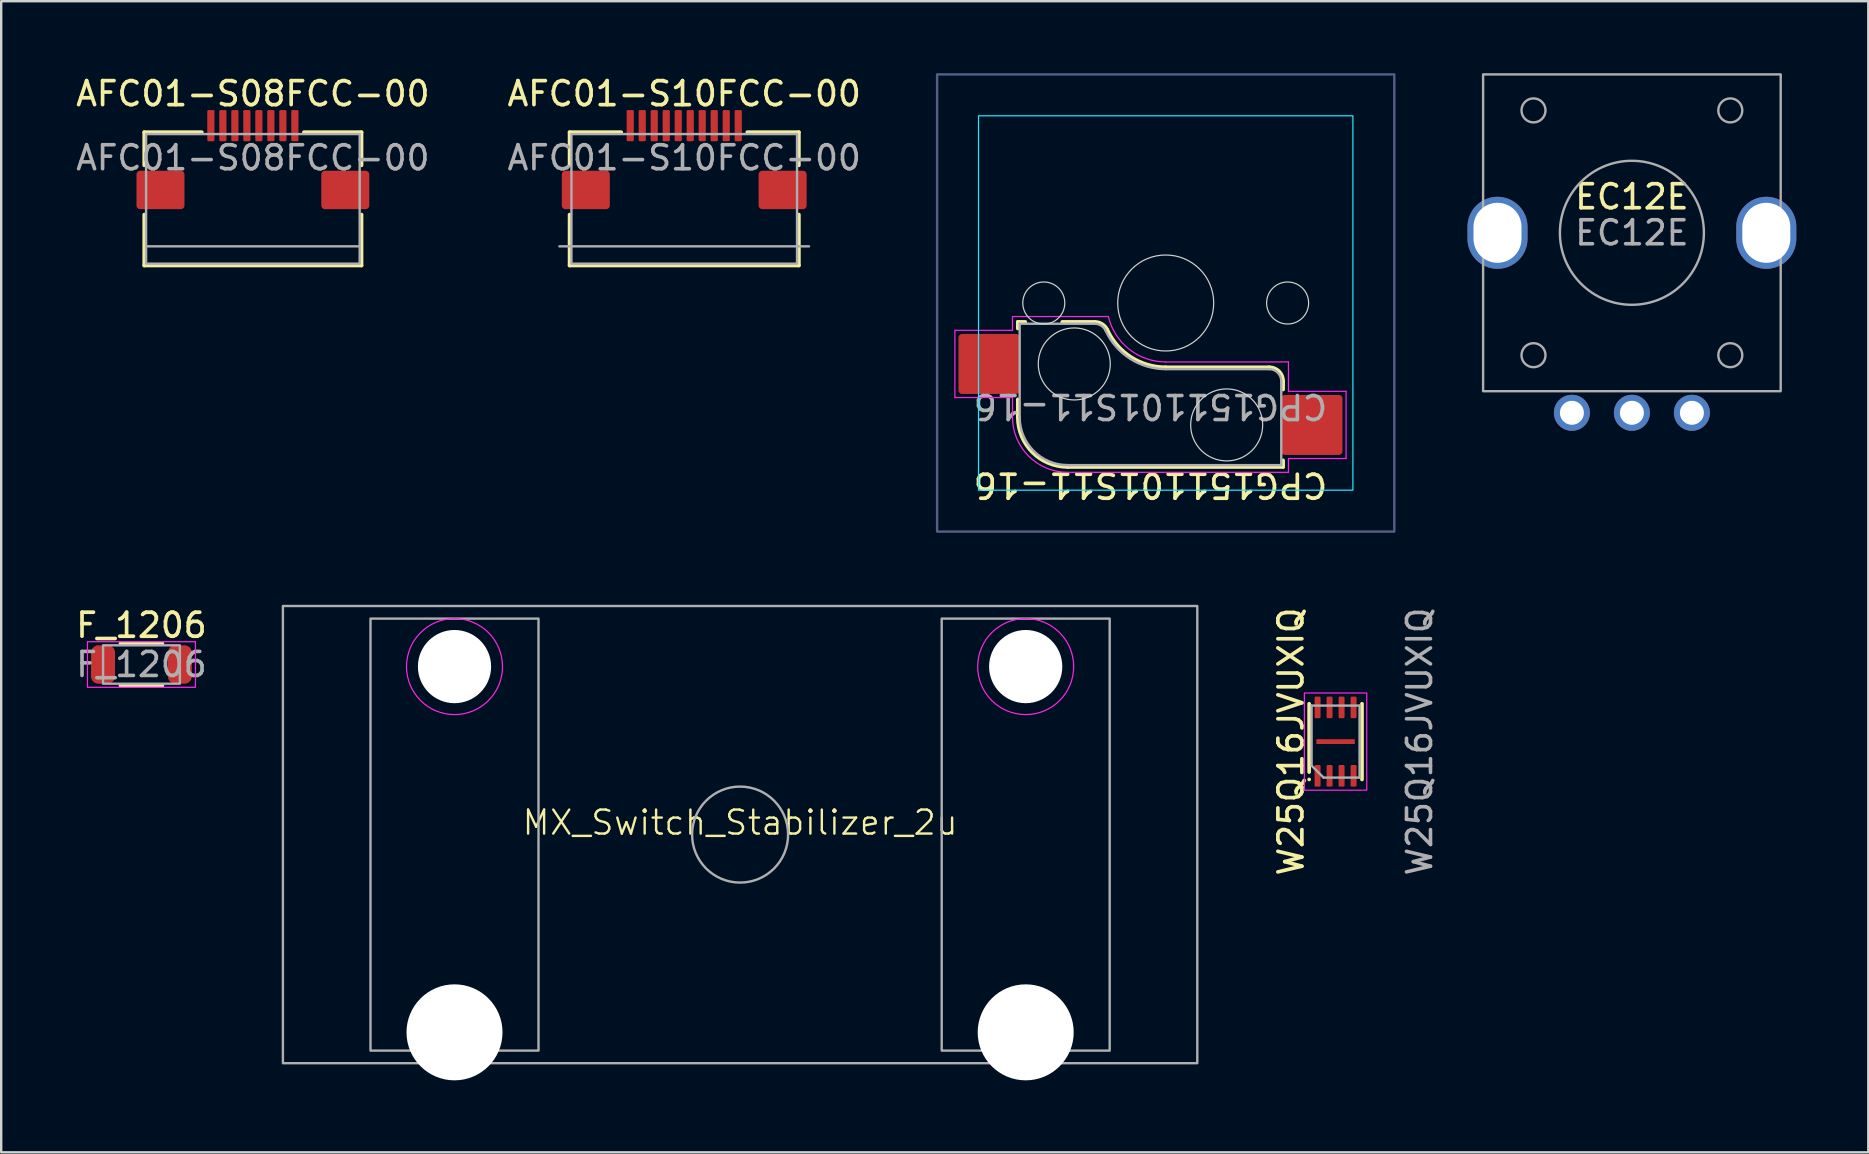
<source format=kicad_pcb>
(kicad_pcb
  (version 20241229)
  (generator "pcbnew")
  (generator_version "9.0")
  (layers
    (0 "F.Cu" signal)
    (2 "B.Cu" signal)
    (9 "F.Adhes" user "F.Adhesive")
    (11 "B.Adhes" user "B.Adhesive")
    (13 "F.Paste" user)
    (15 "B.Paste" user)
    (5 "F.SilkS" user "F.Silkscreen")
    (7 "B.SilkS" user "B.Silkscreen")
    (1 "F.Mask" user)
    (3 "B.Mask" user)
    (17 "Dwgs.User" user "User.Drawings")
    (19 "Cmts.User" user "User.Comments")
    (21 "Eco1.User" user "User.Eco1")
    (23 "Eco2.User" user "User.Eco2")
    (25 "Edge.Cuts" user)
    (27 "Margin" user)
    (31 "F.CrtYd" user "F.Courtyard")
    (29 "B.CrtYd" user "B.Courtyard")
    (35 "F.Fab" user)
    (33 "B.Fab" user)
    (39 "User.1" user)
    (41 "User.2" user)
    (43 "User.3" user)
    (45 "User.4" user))
  (footprint "AFC01-S08FCC-00"
    (layer "F.Cu")
    (at 7.487 3.525)
    (property "Reference" "AFC01-S08FCC-00" (at 0 -2.671 0) (unlocked yes) (layer "F.SilkS") (effects (font (size 1 1) (thickness 0.153))))
    (attr smd)
    (fp_line (start -4.527 0.314) (end -4.527 -1.067) (stroke (width 0.153) (type solid)) (layer "F.SilkS"))
    (fp_line (start -4.527 2.366) (end -4.527 4.487) (stroke (width 0.153) (type solid)) (layer "F.SilkS"))
    (fp_line (start -2.127 -1.067) (end -4.527 -1.067) (stroke (width 0.153) (type solid)) (layer "F.SilkS"))
    (fp_line (start 2.127 -1.067) (end 4.527 -1.067) (stroke (width 0.153) (type solid)) (layer "F.SilkS"))
    (fp_line (start 4.527 0.314) (end 4.527 -1.067) (stroke (width 0.153) (type solid)) (layer "F.SilkS"))
    (fp_line (start 4.527 2.366) (end 4.527 4.487) (stroke (width 0.153) (type solid)) (layer "F.SilkS"))
    (fp_line (start 4.527 4.487) (end -4.527 4.487) (stroke (width 0.153) (type solid)) (layer "F.SilkS"))
    (fp_line (start -4.45 3.69) (end 4.45 3.69) (stroke (width 0.1) (type solid)) (layer "F.Fab"))
    (fp_rect (start -4.45 -0.99) (end 4.45 4.41) (stroke (width 0.1) (type solid)) (fill no) (layer "F.Fab"))
    (fp_text user "${REFERENCE}" (at 0 0 0) (unlocked yes) (layer "F.Fab") (effects (font (size 1 1) (thickness 0.15))))
    (pad "1" smd roundrect (at -1.75 -1.34) (size 0.3 1.3) (layers "F.Cu" "F.Mask" "F.Paste") (roundrect_rratio 0.167))
    (pad "2" smd roundrect (at -1.25 -1.34) (size 0.3 1.3) (layers "F.Cu" "F.Mask" "F.Paste") (roundrect_rratio 0.167))
    (pad "3" smd roundrect (at -0.75 -1.34) (size 0.3 1.3) (layers "F.Cu" "F.Mask" "F.Paste") (roundrect_rratio 0.167))
    (pad "4" smd roundrect (at -0.25 -1.34) (size 0.3 1.3) (layers "F.Cu" "F.Mask" "F.Paste") (roundrect_rratio 0.167))
    (pad "5" smd roundrect (at 0.25 -1.34) (size 0.3 1.3) (layers "F.Cu" "F.Mask" "F.Paste") (roundrect_rratio 0.167))
    (pad "6" smd roundrect (at 0.75 -1.34) (size 0.3 1.3) (layers "F.Cu" "F.Mask" "F.Paste") (roundrect_rratio 0.167))
    (pad "7" smd roundrect (at 1.25 -1.34) (size 0.3 1.3) (layers "F.Cu" "F.Mask" "F.Paste") (roundrect_rratio 0.167))
    (pad "8" smd roundrect (at 1.75 -1.34) (size 0.3 1.3) (layers "F.Cu" "F.Mask" "F.Paste") (roundrect_rratio 0.167))
    (pad "MP" smd roundrect (at -3.85 1.34) (size 2 1.6) (layers "F.Cu" "F.Mask" "F.Paste") (roundrect_rratio 0.094))
    (pad "MP" smd roundrect (at 3.85 1.34) (size 2 1.6) (layers "F.Cu" "F.Mask" "F.Paste") (roundrect_rratio 0.094)))
  (footprint "MX_Switch_Stabilizer_2u"
    (layer "F.Cu")
    (at 27.788 31.725)
    (property "Reference" "MX_Switch_Stabilizer_2u" (at 0 -0.5 0) (unlocked yes) (layer "F.SilkS") (effects (font (size 1 1) (thickness 0.1))))
    (attr through_hole)
    (fp_circle (center -11.9 -7) (end -9.9 -7) (stroke (width 0.05) (type solid)) (fill no) (layer "F.CrtYd"))
    (fp_circle (center 11.9 -7) (end 13.9 -7) (stroke (width 0.05) (type solid)) (fill no) (layer "F.CrtYd"))
    (fp_rect (start -19.05 -9.525) (end 19.05 9.525) (stroke (width 0.1) (type solid)) (fill no) (layer "F.Fab"))
    (fp_rect (start -15.4 -9) (end -8.4 9) (stroke (width 0.1) (type solid)) (fill no) (layer "F.Fab"))
    (fp_rect (start 8.4 -9) (end 15.4 9) (stroke (width 0.1) (type solid)) (fill no) (layer "F.Fab"))
    (fp_circle (center 0 0) (end 2 0) (stroke (width 0.1) (type solid)) (fill no) (layer "F.Fab"))
    (pad "" np_thru_hole circle (at -11.9 -7) (size 3.05 3.05) (drill 3.05) (layers "*.Cu" "*.Mask"))
    (pad "" np_thru_hole circle (at -11.9 8.24) (size 4 4) (drill 4) (layers "*.Cu" "*.Mask"))
    (pad "" np_thru_hole circle (at 11.9 -7) (size 3.05 3.05) (drill 3.05) (layers "*.Cu" "*.Mask"))
    (pad "" np_thru_hole circle (at 11.9 8.24) (size 4 4) (drill 4) (layers "*.Cu" "*.Mask")))
  (footprint "F_1206"
    (layer "F.Cu")
    (at 2.844 24.638)
    (property "Reference" "F_1206" (at 0 -1.634 0) (unlocked yes) (layer "F.SilkS") (effects (font (size 1 1) (thickness 0.153))))
    (attr smd)
    (fp_line (start -0.874 -0.876) (end 0.874 -0.876) (stroke (width 0.153) (type solid)) (layer "F.SilkS"))
    (fp_line (start -0.874 0.876) (end 0.874 0.876) (stroke (width 0.153) (type solid)) (layer "F.SilkS"))
    (fp_rect (start -2.25 -0.95) (end 2.25 0.95) (stroke (width 0.05) (type solid)) (fill no) (layer "F.CrtYd"))
    (fp_rect (start -1.6 -0.8) (end 1.6 0.8) (stroke (width 0.1) (type solid)) (fill no) (layer "F.Fab"))
    (fp_text user "${REFERENCE}" (at 0 0 0) (unlocked yes) (layer "F.Fab") (effects (font (size 1 1) (thickness 0.15))))
    (pad "1" smd roundrect (at -1.6 0) (size 1 1.6) (layers "F.Cu" "F.Mask" "F.Paste") (roundrect_rratio 0.3))
    (pad "2" smd roundrect (at 1.6 0) (size 1 1.6) (layers "F.Cu" "F.Mask" "F.Paste") (roundrect_rratio 0.3)))
  (footprint "CPG151101S11-16"
    (layer "F.Cu")
    (at 44.887 13.385)
    (property "Reference" "CPG151101S11-16" (at 0 3.779 180) (unlocked yes) (layer "F.SilkS") (effects (font (size 1 1) (thickness 0.153))))
    (attr smd)
    (fp_line (start -5.527 -3.022) (end -5.527 -2.747) (stroke (width 0.153) (type solid)) (layer "F.SilkS"))
    (fp_line (start -5.527 -3.022) (end -5.214 -3.022) (stroke (width 0.153) (type solid)) (layer "F.SilkS"))
    (fp_line (start -5.527 0.206) (end -5.527 0.945) (stroke (width 0.153) (type solid)) (layer "F.SilkS"))
    (fp_line (start -3.676 -3.022) (end -2.32 -3.022) (stroke (width 0.153) (type solid)) (layer "F.SilkS"))
    (fp_line (start -3.45 3.022) (end 5.527 3.022) (stroke (width 0.153) (type solid)) (layer "F.SilkS"))
    (fp_line (start 0.635 -1.131) (end 4.95 -1.131) (stroke (width 0.153) (type solid)) (layer "F.SilkS"))
    (fp_line (start 5.527 -0.555) (end 5.527 -0.206) (stroke (width 0.153) (type solid)) (layer "F.SilkS"))
    (fp_line (start 5.527 2.747) (end 5.527 3.022) (stroke (width 0.153) (type solid)) (layer "F.SilkS"))
    (fp_arc (start -3.45 3.0215) (mid -4.918307 2.413307) (end -5.5265 0.945) (stroke (width 0.153) (type solid)) (layer "F.SilkS"))
    (fp_arc (start -2.319961 -3.0215) (mid -2.009337 -2.930659) (end -1.796603 -2.686766) (stroke (width 0.153) (type solid)) (layer "F.SilkS"))
    (fp_arc (start 0.635 -1.1315) (mid -0.808222 -1.553571) (end -1.796606 -2.686765) (stroke (width 0.153) (type solid)) (layer "F.SilkS"))
    (fp_arc (start 4.95 -1.1315) (mid 5.357647 -0.962647) (end 5.5265 -0.555) (stroke (width 0.153) (type solid)) (layer "F.SilkS"))
    (fp_circle (center -4.445 -3.81) (end -3.57 -3.81) (stroke (width 0.05) (type solid)) (fill no) (layer "Edge.Cuts"))
    (fp_circle (center -3.175 -1.27) (end -1.675 -1.27) (stroke (width 0.05) (type solid)) (fill no) (layer "Edge.Cuts"))
    (fp_circle (center 0.635 -3.81) (end 2.635 -3.81) (stroke (width 0.05) (type solid)) (fill no) (layer "Edge.Cuts"))
    (fp_circle (center 3.175 1.27) (end 4.675 1.27) (stroke (width 0.05) (type solid)) (fill no) (layer "Edge.Cuts"))
    (fp_circle (center 5.715 -3.81) (end 6.59 -3.81) (stroke (width 0.05) (type solid)) (fill no) (layer "Edge.Cuts"))
    (fp_rect (start -7.165 -11.61) (end 8.435 3.99) (stroke (width 0.05) (type solid)) (fill no) (layer "B.CrtYd"))
    (fp_line (start -8.15 -2.67) (end -8.15 0.13) (stroke (width 0.05) (type solid)) (layer "F.CrtYd"))
    (fp_line (start -8.15 -2.67) (end -5.75 -2.67) (stroke (width 0.05) (type solid)) (layer "F.CrtYd"))
    (fp_line (start -8.15 0.13) (end -5.75 0.13) (stroke (width 0.05) (type solid)) (layer "F.CrtYd"))
    (fp_line (start -5.75 -3.245) (end -5.75 -2.67) (stroke (width 0.05) (type solid)) (layer "F.CrtYd"))
    (fp_line (start -5.75 0.13) (end -5.75 0.945) (stroke (width 0.05) (type solid)) (layer "F.CrtYd"))
    (fp_line (start -3.45 3.245) (end 5.75 3.245) (stroke (width 0.05) (type solid)) (layer "F.CrtYd"))
    (fp_line (start -1.754 -3.245) (end -5.75 -3.245) (stroke (width 0.05) (type solid)) (layer "F.CrtYd"))
    (fp_line (start 5.75 -1.355) (end 0.635 -1.355) (stroke (width 0.05) (type solid)) (layer "F.CrtYd"))
    (fp_line (start 5.75 -0.13) (end 5.75 -1.355) (stroke (width 0.05) (type solid)) (layer "F.CrtYd"))
    (fp_line (start 5.75 2.67) (end 8.15 2.67) (stroke (width 0.05) (type solid)) (layer "F.CrtYd"))
    (fp_line (start 5.75 3.245) (end 5.75 2.67) (stroke (width 0.05) (type solid)) (layer "F.CrtYd"))
    (fp_line (start 8.15 -0.13) (end 5.75 -0.13) (stroke (width 0.05) (type solid)) (layer "F.CrtYd"))
    (fp_line (start 8.15 2.67) (end 8.15 -0.13) (stroke (width 0.05) (type solid)) (layer "F.CrtYd"))
    (fp_arc (start -3.45 3.245) (mid -5.076346 2.571346) (end -5.75 0.945) (stroke (width 0.05) (type default)) (layer "F.CrtYd"))
    (fp_arc (start 0.635 -1.355) (mid -0.888146 -1.88463) (end -1.7541 -3.245) (stroke (width 0.05) (type default)) (layer "F.CrtYd"))
    (fp_rect (start -8.89 -13.335) (end 10.16 5.715) (stroke (width 0.1) (type solid)) (fill no) (layer "B.Fab"))
    (fp_line (start -5.45 -2.945) (end -5.45 0.945) (stroke (width 0.1) (type solid)) (layer "F.Fab"))
    (fp_line (start -5.45 -2.945) (end -2.32 -2.945) (stroke (width 0.1) (type default)) (layer "F.Fab"))
    (fp_line (start -3.45 2.945) (end 5.45 2.945) (stroke (width 0.1) (type solid)) (layer "F.Fab"))
    (fp_line (start 0.635 -1.055) (end 4.95 -1.055) (stroke (width 0.1) (type solid)) (layer "F.Fab"))
    (fp_line (start 5.45 -0.555) (end 5.45 2.945) (stroke (width 0.1) (type solid)) (layer "F.Fab"))
    (fp_arc (start -3.45 2.945) (mid -4.864214 2.359214) (end -5.45 0.945) (stroke (width 0.1) (type solid)) (layer "F.Fab"))
    (fp_arc (start -2.319961 -2.945) (mid -2.050555 -2.866213) (end -1.866051 -2.654683) (stroke (width 0.1) (type default)) (layer "F.Fab"))
    (fp_arc (start 0.635 -1.055003) (mid -0.84944 -1.489128) (end -1.866051 -2.654686) (stroke (width 0.1) (type default)) (layer "F.Fab"))
    (fp_arc (start 4.95 -1.055) (mid 5.303553 -0.908553) (end 5.45 -0.555) (stroke (width 0.1) (type default)) (layer "F.Fab"))
    (fp_text user "${REFERENCE}" (at 0 0.5 180) (unlocked yes) (layer "F.Fab") (effects (font (size 1 1) (thickness 0.15))))
    (pad "1" smd roundrect (at -6.725 -1.27) (size 2.55 2.5) (layers "F.Cu" "F.Mask" "F.Paste") (roundrect_rratio 0.06))
    (pad "2" smd roundrect (at 6.725 1.27) (size 2.55 2.5) (layers "F.Cu" "F.Mask" "F.Paste") (roundrect_rratio 0.06)))
  (footprint "W25Q16JVUXIQ"
    (layer "F.Cu")
    (at 52.6 27.851)
    (property "Reference" "W25Q16JVUXIQ" (at -1.859 0 90) (unlocked yes) (layer "F.SilkS") (effects (font (size 1 1) (thickness 0.153))))
    (attr smd)
    (fp_line (start -1.101 -1.577) (end -1.101 1.27) (stroke (width 0.153) (type solid)) (layer "F.SilkS"))
    (fp_line (start -1.101 1.577) (end -1.101 1.577) (stroke (width 0.153) (type solid)) (layer "F.SilkS"))
    (fp_line (start 1.101 -1.577) (end 1.101 1.577) (stroke (width 0.153) (type solid)) (layer "F.SilkS"))
    (fp_rect (start -1.3 -2.025) (end 1.3 2.025) (stroke (width 0.05) (type solid)) (fill no) (layer "F.CrtYd"))
    (fp_line (start -1 -1.5) (end -1 1) (stroke (width 0.1) (type solid)) (layer "F.Fab"))
    (fp_line (start -1 -1.5) (end 1 -1.5) (stroke (width 0.1) (type default)) (layer "F.Fab"))
    (fp_line (start -1 1) (end -0.5 1.5) (stroke (width 0.1) (type default)) (layer "F.Fab"))
    (fp_line (start -0.5 1.5) (end 1 1.5) (stroke (width 0.1) (type solid)) (layer "F.Fab"))
    (fp_line (start 1 -1.5) (end 1 1.5) (stroke (width 0.1) (type default)) (layer "F.Fab"))
    (fp_text user "${REFERENCE}" (at 3.5 0 90) (unlocked yes) (layer "F.Fab") (effects (font (size 1 1) (thickness 0.15))))
    (pad "" smd roundrect (at 0 0) (size 1.29 0.16) (layers "F.Paste") (roundrect_rratio 0.25))
    (pad "1" smd roundrect (at -0.75 1.425) (size 0.25 0.9) (layers "F.Cu" "F.Mask" "F.Paste") (roundrect_rratio 0.2))
    (pad "2" smd roundrect (at -0.25 1.425) (size 0.25 0.9) (layers "F.Cu" "F.Mask" "F.Paste") (roundrect_rratio 0.2))
    (pad "3" smd roundrect (at 0.25 1.425) (size 0.25 0.9) (layers "F.Cu" "F.Mask" "F.Paste") (roundrect_rratio 0.2))
    (pad "4" smd roundrect (at 0.75 1.425) (size 0.25 0.9) (layers "F.Cu" "F.Mask" "F.Paste") (roundrect_rratio 0.2))
    (pad "5" smd roundrect (at 0.75 -1.425) (size 0.25 0.9) (layers "F.Cu" "F.Mask" "F.Paste") (roundrect_rratio 0.2))
    (pad "6" smd roundrect (at 0.25 -1.425) (size 0.25 0.9) (layers "F.Cu" "F.Mask" "F.Paste") (roundrect_rratio 0.2))
    (pad "7" smd roundrect (at -0.25 -1.425) (size 0.25 0.9) (layers "F.Cu" "F.Mask" "F.Paste") (roundrect_rratio 0.2))
    (pad "8" smd roundrect (at -0.75 -1.425) (size 0.25 0.9) (layers "F.Cu" "F.Mask" "F.Paste") (roundrect_rratio 0.2))
    (pad "9" smd rect (at 0 0) (size 1.6 0.2) (property pad_prop_heatsink) (layers "F.Cu" "F.Mask")))
  (footprint "AFC01-S10FCC-00"
    (layer "F.Cu")
    (at 25.46 3.525)
    (property "Reference" "AFC01-S10FCC-00" (at 0 -2.671 0) (unlocked yes) (layer "F.SilkS") (effects (font (size 1 1) (thickness 0.153))))
    (attr smd)
    (fp_line (start -4.777 0.314) (end -4.777 -1.067) (stroke (width 0.153) (type solid)) (layer "F.SilkS"))
    (fp_line (start -4.777 2.366) (end -4.777 4.487) (stroke (width 0.153) (type solid)) (layer "F.SilkS"))
    (fp_line (start -2.627 -1.067) (end -4.777 -1.067) (stroke (width 0.153) (type solid)) (layer "F.SilkS"))
    (fp_line (start 2.627 -1.067) (end 4.777 -1.067) (stroke (width 0.153) (type solid)) (layer "F.SilkS"))
    (fp_line (start 4.777 0.314) (end 4.777 -1.067) (stroke (width 0.153) (type solid)) (layer "F.SilkS"))
    (fp_line (start 4.777 2.366) (end 4.777 4.487) (stroke (width 0.153) (type solid)) (layer "F.SilkS"))
    (fp_line (start 4.777 4.487) (end -4.777 4.487) (stroke (width 0.153) (type solid)) (layer "F.SilkS"))
    (fp_line (start -5.2 3.69) (end 5.2 3.69) (stroke (width 0.1) (type solid)) (layer "F.Fab"))
    (fp_rect (start -4.7 -0.99) (end 4.7 4.41) (stroke (width 0.1) (type solid)) (fill no) (layer "F.Fab"))
    (fp_text user "${REFERENCE}" (at 0 0 0) (unlocked yes) (layer "F.Fab") (effects (font (size 1 1) (thickness 0.15))))
    (pad "1" smd roundrect (at -2.25 -1.34) (size 0.3 1.3) (layers "F.Cu" "F.Mask" "F.Paste") (roundrect_rratio 0.167))
    (pad "2" smd roundrect (at -1.75 -1.34) (size 0.3 1.3) (layers "F.Cu" "F.Mask" "F.Paste") (roundrect_rratio 0.167))
    (pad "3" smd roundrect (at -1.25 -1.34) (size 0.3 1.3) (layers "F.Cu" "F.Mask" "F.Paste") (roundrect_rratio 0.167))
    (pad "4" smd roundrect (at -0.75 -1.34) (size 0.3 1.3) (layers "F.Cu" "F.Mask" "F.Paste") (roundrect_rratio 0.167))
    (pad "5" smd roundrect (at -0.25 -1.34) (size 0.3 1.3) (layers "F.Cu" "F.Mask" "F.Paste") (roundrect_rratio 0.167))
    (pad "6" smd roundrect (at 0.25 -1.34) (size 0.3 1.3) (layers "F.Cu" "F.Mask" "F.Paste") (roundrect_rratio 0.167))
    (pad "7" smd roundrect (at 0.75 -1.34) (size 0.3 1.3) (layers "F.Cu" "F.Mask" "F.Paste") (roundrect_rratio 0.167))
    (pad "8" smd roundrect (at 1.25 -1.34) (size 0.3 1.3) (layers "F.Cu" "F.Mask" "F.Paste") (roundrect_rratio 0.167))
    (pad "9" smd roundrect (at 1.75 -1.34) (size 0.3 1.3) (layers "F.Cu" "F.Mask" "F.Paste") (roundrect_rratio 0.167))
    (pad "10" smd roundrect (at 2.25 -1.34) (size 0.3 1.3) (layers "F.Cu" "F.Mask" "F.Paste") (roundrect_rratio 0.167))
    (pad "MP" smd roundrect (at -4.1 1.34) (size 2 1.6) (layers "F.Cu" "F.Mask" "F.Paste") (roundrect_rratio 0.094))
    (pad "MP" smd roundrect (at 4.1 1.34) (size 2 1.6) (layers "F.Cu" "F.Mask" "F.Paste") (roundrect_rratio 0.094)))
  (footprint "EC12E"
    (layer "F.Cu")
    (at 64.947 6.65)
    (property "Reference" "EC12E" (at 0 -1.5 0) (unlocked yes) (layer "F.SilkS") (effects (font (size 1 1) (thickness 0.153))))
    (attr through_hole)
    (fp_rect (start -6.2 -6.6) (end 6.2 6.6) (stroke (width 0.1) (type solid)) (fill no) (layer "F.Fab"))
    (fp_circle (center -4.1 -5.1) (end -3.6 -5.1) (stroke (width 0.1) (type solid)) (fill no) (layer "F.Fab"))
    (fp_circle (center -4.1 5.1) (end -3.6 5.1) (stroke (width 0.1) (type solid)) (fill no) (layer "F.Fab"))
    (fp_circle (center 0 0) (end 3 0) (stroke (width 0.1) (type solid)) (fill no) (layer "F.Fab"))
    (fp_circle (center 4.1 -5.1) (end 4.6 -5.1) (stroke (width 0.1) (type solid)) (fill no) (layer "F.Fab"))
    (fp_circle (center 4.1 5.1) (end 4.6 5.1) (stroke (width 0.1) (type solid)) (fill no) (layer "F.Fab"))
    (fp_text user "${REFERENCE}" (at 0 0 0) (unlocked yes) (layer "F.Fab") (effects (font (size 1 1) (thickness 0.15))))
    (pad "A" thru_hole circle (at -2.5 7.5) (size 1.5 1.5) (drill 1) (layers "*.Cu" "*.Mask"))
    (pad "B" thru_hole circle (at 2.5 7.5) (size 1.5 1.5) (drill 1) (layers "*.Cu" "*.Mask"))
    (pad "C" thru_hole circle (at 0 7.5) (size 1.5 1.5) (drill 1) (layers "*.Cu" "*.Mask"))
    (pad "MP" thru_hole oval (at -5.6 0) (size 2.5 3) (drill oval 2 2.5) (layers "*.Cu" "*.Mask"))
    (pad "MP" thru_hole oval (at 5.6 0) (size 2.5 3) (drill oval 2 2.5) (layers "*.Cu" "*.Mask")))
  (gr_rect
    (start -3 -3)
    (end 74.797 44.965)
    (stroke (width 0.1) (type default))
    (fill no)
    (layer "Edge.Cuts")))
</source>
